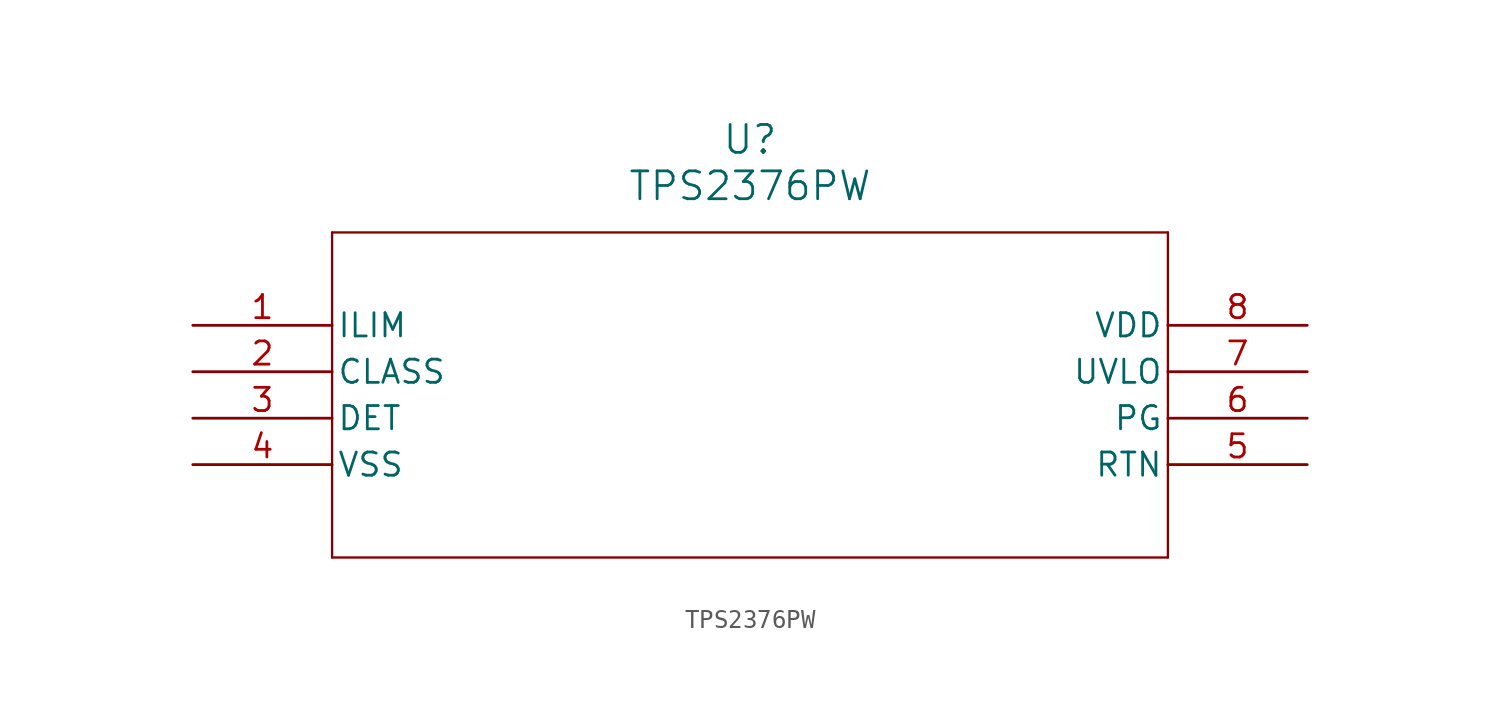
<source format=kicad_sym>
(kicad_symbol_lib
  (version 20211014)
  (generator kicad_symbol_editor)
  (symbol "TPS2376PW"
    (pin_names
      (offset 0.254))
    (property "Reference" "U"
      (at 30.48 10.16 0)
      (effects (font (size 1.524 1.524))))
    (property "Value" "TPS2376PW"
      (at 30.48 7.62 0)
      (effects (font (size 1.524 1.524))))
    (symbol "TPS2376PW_0_1"
      (polyline (pts (xy 7.62 5.08) (xy 7.62 -12.7)) (stroke (width 0.127) (type default) (color 0 0 0 0)) (fill (type none)))
      (polyline (pts (xy 7.62 -12.7) (xy 53.34 -12.7)) (stroke (width 0.127) (type default) (color 0 0 0 0)) (fill (type none)))
      (polyline (pts (xy 53.34 -12.7) (xy 53.34 5.08)) (stroke (width 0.127) (type default) (color 0 0 0 0)) (fill (type none)))
      (polyline (pts (xy 53.34 5.08) (xy 7.62 5.08)) (stroke (width 0.127) (type default) (color 0 0 0 0)) (fill (type none)))
      (pin output line (at 0 0 0) (length 7.62) (name "ILIM" (effects (font (size 1.27 1.27)))) (number "1" (effects (font (size 1.27 1.27)))))
      (pin output line (at 0 -2.54 0) (length 7.62) (name "CLASS" (effects (font (size 1.27 1.27)))) (number "2" (effects (font (size 1.27 1.27)))))
      (pin output line (at 0 -5.08 0) (length 7.62) (name "DET" (effects (font (size 1.27 1.27)))) (number "3" (effects (font (size 1.27 1.27)))))
      (pin input line (at 0 -7.62 0) (length 7.62) (name "VSS" (effects (font (size 1.27 1.27)))) (number "4" (effects (font (size 1.27 1.27)))))
      (pin output line (at 60.96 -7.62 180) (length 7.62) (name "RTN" (effects (font (size 1.27 1.27)))) (number "5" (effects (font (size 1.27 1.27)))))
      (pin output line (at 60.96 -5.08 180) (length 7.62) (name "PG" (effects (font (size 1.27 1.27)))) (number "6" (effects (font (size 1.27 1.27)))))
      (pin input line (at 60.96 -2.54 180) (length 7.62) (name "UVLO" (effects (font (size 1.27 1.27)))) (number "7" (effects (font (size 1.27 1.27)))))
      (pin input line (at 60.96 0 180) (length 7.62) (name "VDD" (effects (font (size 1.27 1.27)))) (number "8" (effects (font (size 1.27 1.27))))))))
</source>
